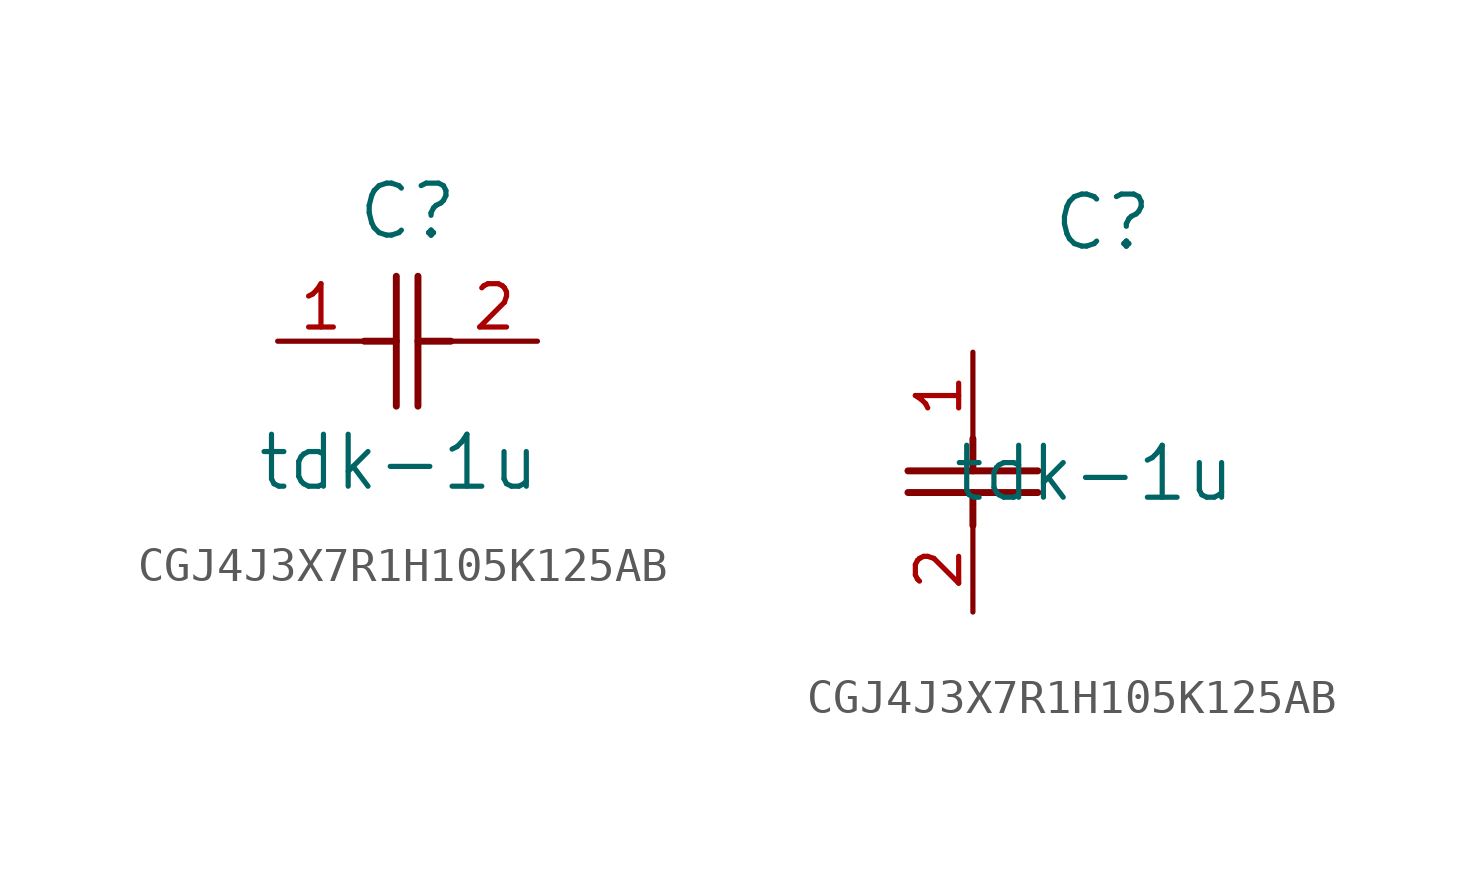
<source format=kicad_sym>
(kicad_symbol_lib
  (version 20231120)
  (generator "kicad_symbol_editor")
  (generator_version "8.0")
  (symbol "CGJ4J3X7R1H105K125AB"
    (pin_names
      (offset 0.254))
    (property "Reference" "C"
      (at 3.81 3.81 0)
      (effects (font (size 1.524 1.524))))
    (property "Value" "tdk-1u"
      (at 3.556 -3.556 0)
      (effects (font (size 1.524 1.524))))
    (property "ki_locked" ""
      (at 0 0 0)
      (effects (font (size 1.27 1.27))))
    (symbol "CGJ4J3X7R1H105K125AB_1_1"
      (polyline (pts (xy 2.54 0) (xy 3.48 0)) (stroke (width 0.203) (type default)) (fill (type none)))
      (polyline (pts (xy 3.48 -1.905) (xy 3.48 1.905)) (stroke (width 0.203) (type default)) (fill (type none)))
      (polyline (pts (xy 4.115 -1.905) (xy 4.115 1.905)) (stroke (width 0.203) (type default)) (fill (type none)))
      (polyline (pts (xy 4.115 0) (xy 5.08 0)) (stroke (width 0.203) (type default)) (fill (type none)))
      (pin passive line (at 0 0 0) (length 2.54) (name "" (effects (font (size 1.27 1.27)))) (number "1" (effects (font (size 1.27 1.27)))))
      (pin passive line (at 7.62 0 180) (length 2.54) (name "" (effects (font (size 1.27 1.27)))) (number "2" (effects (font (size 1.27 1.27))))))
    (symbol "CGJ4J3X7R1H105K125AB_1_2"
      (polyline (pts (xy -1.905 -4.115) (xy 1.905 -4.115)) (stroke (width 0.203) (type default)) (fill (type none)))
      (polyline (pts (xy -1.905 -3.48) (xy 1.905 -3.48)) (stroke (width 0.203) (type default)) (fill (type none)))
      (polyline (pts (xy 0 -4.115) (xy 0 -5.08)) (stroke (width 0.203) (type default)) (fill (type none)))
      (polyline (pts (xy 0 -2.54) (xy 0 -3.48)) (stroke (width 0.203) (type default)) (fill (type none)))
      (pin unspecified line (at 0 0 270) (length 2.54) (name "" (effects (font (size 1.27 1.27)))) (number "1" (effects (font (size 1.27 1.27)))))
      (pin unspecified line (at 0 -7.62 90) (length 2.54) (name "" (effects (font (size 1.27 1.27)))) (number "2" (effects (font (size 1.27 1.27))))))))
</source>
